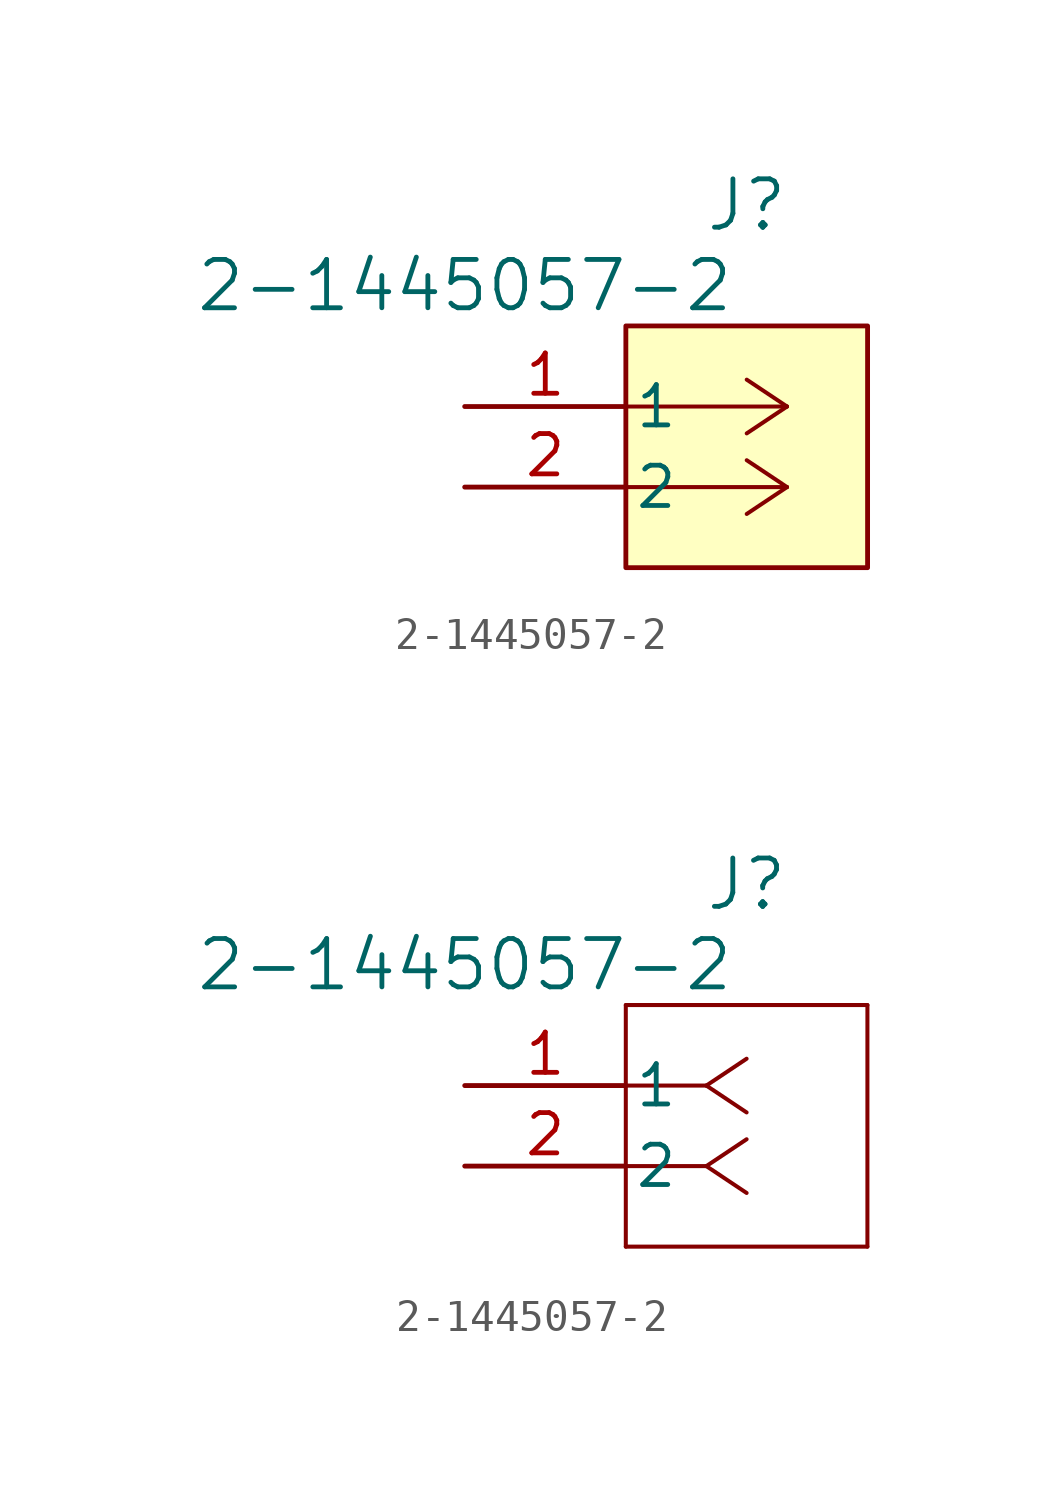
<source format=kicad_sym>
(kicad_symbol_lib
  (version 20220914)
  (generator kicad_symbol_editor)
  (symbol "2-1445057-2"
    (pin_names
      (offset 0.254))
    (property "Reference" "J"
      (at 8.89 6.35 0)
      (effects (font (size 1.524 1.524))))
    (property "Value" "2-1445057-2"
      (at 0 3.81 0)
      (effects (font (size 1.524 1.524))))
    (property "ki_locked" ""
      (at 0 0 0)
      (effects (font (size 1.27 1.27))))
    (symbol "2-1445057-2_1_1"
      (polyline (pts (xy 10.16 -2.54) (xy 5.08 -2.54)) (stroke (width 0.127) (type default)) (fill (type none)))
      (polyline (pts (xy 10.16 -2.54) (xy 8.89 -3.387)) (stroke (width 0.127) (type default)) (fill (type none)))
      (polyline (pts (xy 10.16 -2.54) (xy 8.89 -1.693)) (stroke (width 0.127) (type default)) (fill (type none)))
      (polyline (pts (xy 10.16 0) (xy 5.08 0)) (stroke (width 0.127) (type default)) (fill (type none)))
      (polyline (pts (xy 10.16 0) (xy 8.89 -0.847)) (stroke (width 0.127) (type default)) (fill (type none)))
      (polyline (pts (xy 10.16 0) (xy 8.89 0.847)) (stroke (width 0.127) (type default)) (fill (type none)))
      (rectangle (start 5.08 2.54) (end 12.7 -5.08) (stroke (width 0) (type default)) (fill (type background)))
      (pin passive line (at 0 0 0) (length 5.08) (name "1" (effects (font (size 1.27 1.27)))) (number "1" (effects (font (size 1.27 1.27)))))
      (pin passive line (at 0 -2.54 0) (length 5.08) (name "2" (effects (font (size 1.27 1.27)))) (number "2" (effects (font (size 1.27 1.27))))))
    (symbol "2-1445057-2_1_2"
      (polyline (pts (xy 5.08 -5.08) (xy 12.7 -5.08)) (stroke (width 0.127) (type default)) (fill (type none)))
      (polyline (pts (xy 5.08 2.54) (xy 5.08 -5.08)) (stroke (width 0.127) (type default)) (fill (type none)))
      (polyline (pts (xy 7.62 -2.54) (xy 5.08 -2.54)) (stroke (width 0.127) (type default)) (fill (type none)))
      (polyline (pts (xy 7.62 -2.54) (xy 8.89 -3.387)) (stroke (width 0.127) (type default)) (fill (type none)))
      (polyline (pts (xy 7.62 -2.54) (xy 8.89 -1.693)) (stroke (width 0.127) (type default)) (fill (type none)))
      (polyline (pts (xy 7.62 0) (xy 5.08 0)) (stroke (width 0.127) (type default)) (fill (type none)))
      (polyline (pts (xy 7.62 0) (xy 8.89 -0.847)) (stroke (width 0.127) (type default)) (fill (type none)))
      (polyline (pts (xy 7.62 0) (xy 8.89 0.847)) (stroke (width 0.127) (type default)) (fill (type none)))
      (polyline (pts (xy 12.7 -5.08) (xy 12.7 2.54)) (stroke (width 0.127) (type default)) (fill (type none)))
      (polyline (pts (xy 12.7 2.54) (xy 5.08 2.54)) (stroke (width 0.127) (type default)) (fill (type none)))
      (pin unspecified line (at 0 0 0) (length 5.08) (name "1" (effects (font (size 1.27 1.27)))) (number "1" (effects (font (size 1.27 1.27)))))
      (pin unspecified line (at 0 -2.54 0) (length 5.08) (name "2" (effects (font (size 1.27 1.27)))) (number "2" (effects (font (size 1.27 1.27))))))))
</source>
